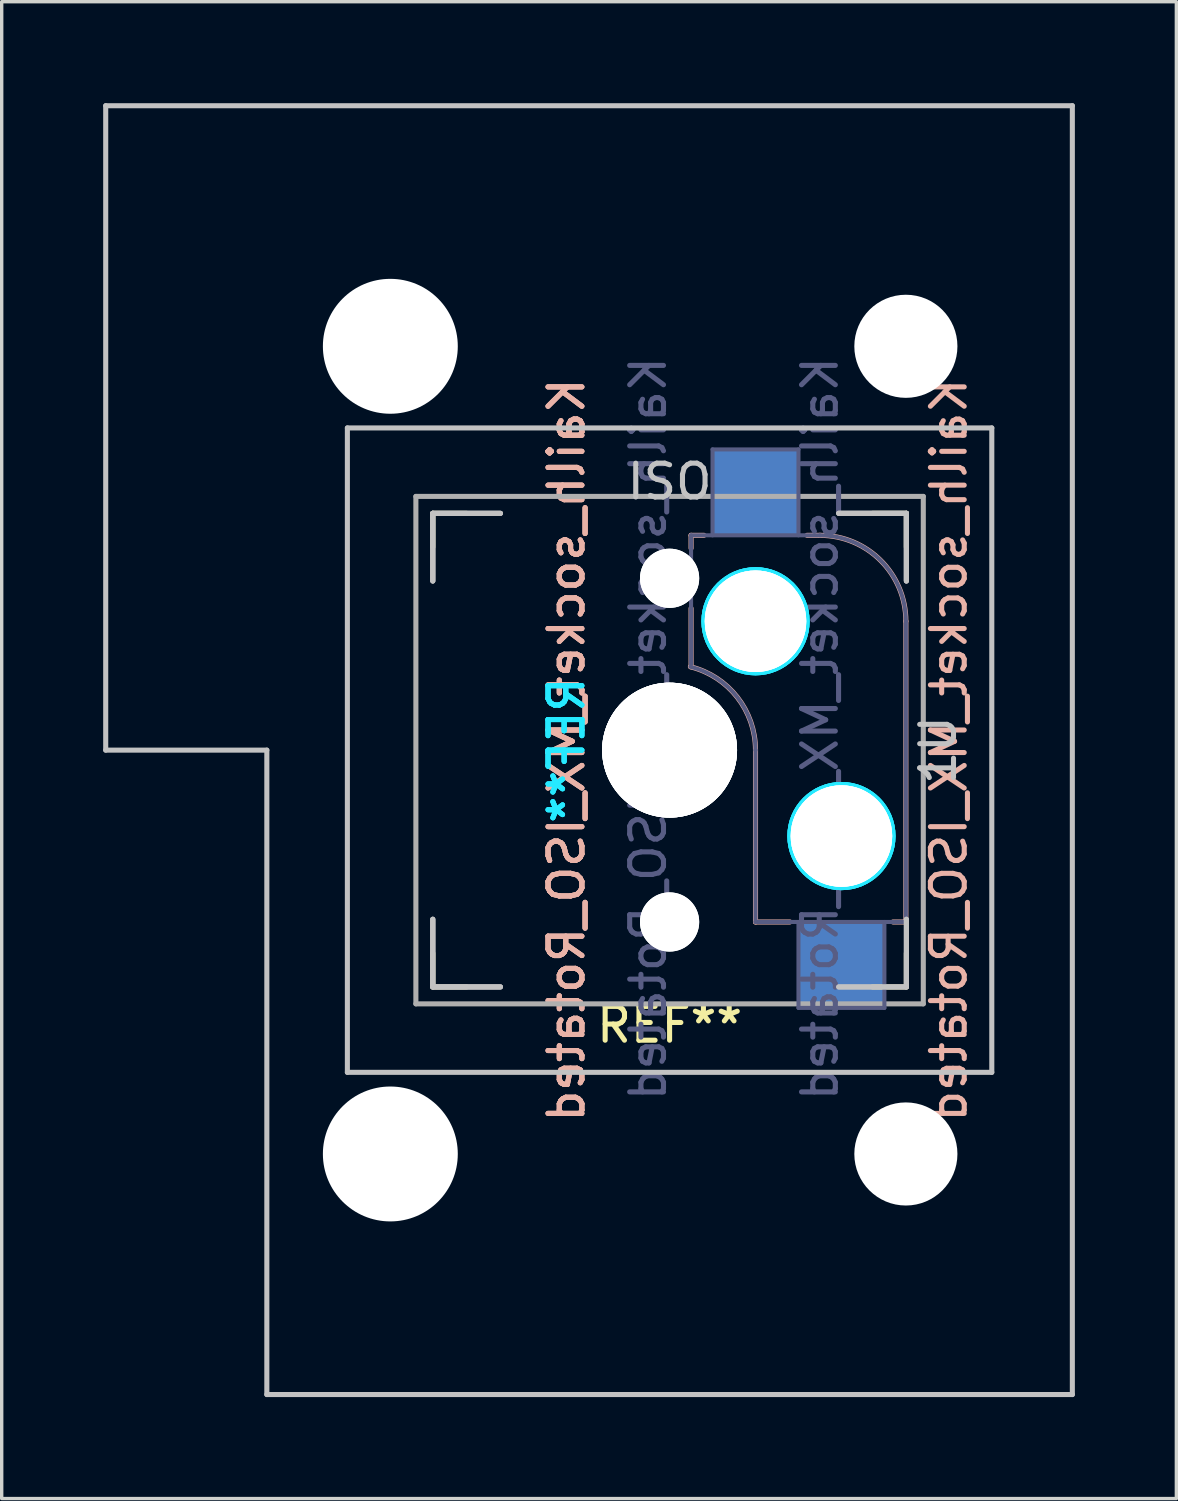
<source format=kicad_pcb>
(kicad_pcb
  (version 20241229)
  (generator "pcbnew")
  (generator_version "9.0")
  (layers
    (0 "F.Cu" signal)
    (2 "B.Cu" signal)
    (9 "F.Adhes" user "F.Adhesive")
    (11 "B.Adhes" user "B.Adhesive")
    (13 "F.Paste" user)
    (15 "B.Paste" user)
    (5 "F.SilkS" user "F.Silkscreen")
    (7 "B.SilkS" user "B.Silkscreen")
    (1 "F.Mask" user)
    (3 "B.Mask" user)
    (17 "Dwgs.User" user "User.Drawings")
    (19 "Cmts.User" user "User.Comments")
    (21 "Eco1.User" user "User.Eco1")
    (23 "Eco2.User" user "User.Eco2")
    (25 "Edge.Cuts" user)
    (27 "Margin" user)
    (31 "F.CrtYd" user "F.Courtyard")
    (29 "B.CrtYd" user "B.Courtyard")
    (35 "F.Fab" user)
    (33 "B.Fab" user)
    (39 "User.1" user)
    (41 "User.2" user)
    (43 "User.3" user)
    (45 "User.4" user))
  (footprint "Kailh_socket_MX_ISO_Rotated"
    (layer "F.Cu")
    (at 16.744 19.125)
    (property "Reference" "Kailh_socket_MX_ISO_Rotated" (at 8.255 0 270) (layer "B.SilkS") (effects (font (size 1 1) (thickness 0.15)) (justify mirror)))
    (property "Value" "Kailh_socket_MX_ISO_Rotated" (at -8.255 0 270) (layer "F.Fab") (hide yes) (effects (font (size 1 1) (thickness 0.15))))
    (attr smd)
    (fp_line (start -7 -7) (end -7 -6) (stroke (width 0.15) (type solid)) (layer "F.SilkS"))
    (fp_line (start -7 -7) (end -6 -7) (stroke (width 0.15) (type solid)) (layer "F.SilkS"))
    (fp_line (start -7 6) (end -7 7) (stroke (width 0.15) (type solid)) (layer "F.SilkS"))
    (fp_line (start -6 7) (end -7 7) (stroke (width 0.15) (type solid)) (layer "F.SilkS"))
    (fp_line (start 6 -7) (end 7 -7) (stroke (width 0.15) (type solid)) (layer "F.SilkS"))
    (fp_line (start 7 -6) (end 7 -7) (stroke (width 0.15) (type solid)) (layer "F.SilkS"))
    (fp_line (start 7 7) (end 6 7) (stroke (width 0.15) (type solid)) (layer "F.SilkS"))
    (fp_line (start 7 7) (end 7 6) (stroke (width 0.15) (type solid)) (layer "F.SilkS"))
    (fp_line (start 0.635 -5.969) (end 0.635 -6.35) (stroke (width 0.15) (type solid)) (layer "B.SilkS"))
    (fp_line (start 0.635 -2.464) (end 0.635 -4.191) (stroke (width 0.15) (type solid)) (layer "B.SilkS"))
    (fp_line (start 1.016 -6.35) (end 0.635 -6.35) (stroke (width 0.15) (type solid)) (layer "B.SilkS"))
    (fp_line (start 2.54 5.08) (end 2.54 0) (stroke (width 0.15) (type solid)) (layer "B.SilkS"))
    (fp_line (start 3.556 5.08) (end 2.54 5.08) (stroke (width 0.15) (type solid)) (layer "B.SilkS"))
    (fp_line (start 4.445 -6.35) (end 4.064 -6.35) (stroke (width 0.15) (type solid)) (layer "B.SilkS"))
    (fp_line (start 6.985 -3.81) (end 6.985 5.08) (stroke (width 0.15) (type solid)) (layer "B.SilkS"))
    (fp_line (start 6.985 5.08) (end 6.604 5.08) (stroke (width 0.15) (type solid)) (layer "B.SilkS"))
    (fp_arc (start 0.61604 -2.464162) (mid 2.002042 -1.563147) (end 2.54 0) (stroke (width 0.15) (type solid)) (layer "B.SilkS"))
    (fp_arc (start 4.445 -6.35) (mid 6.241051 -5.606051) (end 6.985 -3.81) (stroke (width 0.15) (type solid)) (layer "B.SilkS"))
    (fp_line (start -16.669 -19.05) (end -16.669 0) (stroke (width 0.15) (type solid)) (layer "Dwgs.User"))
    (fp_line (start -16.669 -19.05) (end 11.906 -19.05) (stroke (width 0.15) (type solid)) (layer "Dwgs.User"))
    (fp_line (start -11.906 0) (end -16.669 0) (stroke (width 0.15) (type solid)) (layer "Dwgs.User"))
    (fp_line (start -11.906 19.05) (end -11.906 0) (stroke (width 0.15) (type solid)) (layer "Dwgs.User"))
    (fp_line (start -11.906 19.05) (end 11.906 19.05) (stroke (width 0.15) (type solid)) (layer "Dwgs.User"))
    (fp_line (start -9.525 -9.525) (end 9.525 -9.525) (stroke (width 0.15) (type solid)) (layer "Dwgs.User"))
    (fp_line (start -9.525 9.525) (end -9.525 -9.525) (stroke (width 0.15) (type solid)) (layer "Dwgs.User"))
    (fp_line (start -7 -7) (end -7 -5) (stroke (width 0.15) (type solid)) (layer "Dwgs.User"))
    (fp_line (start -7 -7) (end -7 -5) (stroke (width 0.15) (type solid)) (layer "Dwgs.User"))
    (fp_line (start -7 -7) (end -7 -5) (stroke (width 0.15) (type solid)) (layer "Dwgs.User"))
    (fp_line (start -7 5) (end -7 7) (stroke (width 0.15) (type solid)) (layer "Dwgs.User"))
    (fp_line (start -7 5) (end -7 7) (stroke (width 0.15) (type solid)) (layer "Dwgs.User"))
    (fp_line (start -7 5) (end -7 7) (stroke (width 0.15) (type solid)) (layer "Dwgs.User"))
    (fp_line (start -7 7) (end -5 7) (stroke (width 0.15) (type solid)) (layer "Dwgs.User"))
    (fp_line (start -7 7) (end -5 7) (stroke (width 0.15) (type solid)) (layer "Dwgs.User"))
    (fp_line (start -7 7) (end -5 7) (stroke (width 0.15) (type solid)) (layer "Dwgs.User"))
    (fp_line (start -5 -7) (end -7 -7) (stroke (width 0.15) (type solid)) (layer "Dwgs.User"))
    (fp_line (start -5 -7) (end -7 -7) (stroke (width 0.15) (type solid)) (layer "Dwgs.User"))
    (fp_line (start -5 -7) (end -7 -7) (stroke (width 0.15) (type solid)) (layer "Dwgs.User"))
    (fp_line (start 7 -7) (end 5 -7) (stroke (width 0.15) (type solid)) (layer "Dwgs.User"))
    (fp_line (start 7 -7) (end 5 -7) (stroke (width 0.15) (type solid)) (layer "Dwgs.User"))
    (fp_line (start 7 -7) (end 5 -7) (stroke (width 0.15) (type solid)) (layer "Dwgs.User"))
    (fp_line (start 7 -5) (end 7 -7) (stroke (width 0.15) (type solid)) (layer "Dwgs.User"))
    (fp_line (start 7 -5) (end 7 -7) (stroke (width 0.15) (type solid)) (layer "Dwgs.User"))
    (fp_line (start 7 -5) (end 7 -7) (stroke (width 0.15) (type solid)) (layer "Dwgs.User"))
    (fp_line (start 7 5) (end 7 7) (stroke (width 0.15) (type solid)) (layer "Dwgs.User"))
    (fp_line (start 7 5) (end 7 7) (stroke (width 0.15) (type solid)) (layer "Dwgs.User"))
    (fp_line (start 7 7) (end 5 7) (stroke (width 0.15) (type solid)) (layer "Dwgs.User"))
    (fp_line (start 7 7) (end 5 7) (stroke (width 0.15) (type solid)) (layer "Dwgs.User"))
    (fp_line (start 9.525 -9.525) (end 9.525 9.525) (stroke (width 0.15) (type solid)) (layer "Dwgs.User"))
    (fp_line (start 9.525 9.525) (end -9.525 9.525) (stroke (width 0.15) (type solid)) (layer "Dwgs.User"))
    (fp_line (start 11.906 -19.05) (end 11.906 19.05) (stroke (width 0.15) (type solid)) (layer "Dwgs.User"))
    (fp_line (start -6.9 -6.9) (end -6.9 6.9) (stroke (width 0.15) (type solid)) (layer "Eco2.User"))
    (fp_line (start -6.9 -6.9) (end 6.9 -6.9) (stroke (width 0.15) (type solid)) (layer "Eco2.User"))
    (fp_line (start 6.9 6.9) (end -6.9 6.9) (stroke (width 0.15) (type solid)) (layer "Eco2.User"))
    (fp_line (start 6.9 6.9) (end 6.9 -6.9) (stroke (width 0.15) (type solid)) (layer "Eco2.User"))
    (fp_circle (center 2.54 -3.81) (end 4.064 -3.81) (stroke (width 0.15) (type solid)) (fill no) (layer "B.CrtYd"))
    (fp_circle (center 2.54 -3.81) (end 4.064 -3.81) (stroke (width 0.15) (type solid)) (fill no) (layer "B.CrtYd"))
    (fp_circle (center 2.54 -3.81) (end 4.064 -3.81) (stroke (width 0.15) (type solid)) (fill no) (layer "B.CrtYd"))
    (fp_circle (center 5.08 2.54) (end 6.604 2.54) (stroke (width 0.15) (type solid)) (fill no) (layer "B.CrtYd"))
    (fp_circle (center 5.08 2.54) (end 6.604 2.54) (stroke (width 0.15) (type solid)) (fill no) (layer "B.CrtYd"))
    (fp_circle (center 5.08 2.54) (end 6.604 2.54) (stroke (width 0.15) (type solid)) (fill no) (layer "B.CrtYd"))
    (fp_line (start 0.635 -6.35) (end 0.635 -2.54) (stroke (width 0.12) (type solid)) (layer "B.Fab"))
    (fp_line (start 0.635 -6.35) (end 4.445 -6.35) (stroke (width 0.12) (type solid)) (layer "B.Fab"))
    (fp_line (start 1.27 -8.89) (end 3.81 -8.89) (stroke (width 0.12) (type solid)) (layer "B.Fab"))
    (fp_line (start 1.27 -6.35) (end 1.27 -8.89) (stroke (width 0.12) (type solid)) (layer "B.Fab"))
    (fp_line (start 2.54 5.08) (end 2.54 0) (stroke (width 0.12) (type solid)) (layer "B.Fab"))
    (fp_line (start 3.81 -8.89) (end 3.81 -6.35) (stroke (width 0.12) (type solid)) (layer "B.Fab"))
    (fp_line (start 3.81 7.62) (end 3.81 5.08) (stroke (width 0.12) (type solid)) (layer "B.Fab"))
    (fp_line (start 6.35 5.08) (end 6.35 7.62) (stroke (width 0.12) (type solid)) (layer "B.Fab"))
    (fp_line (start 6.35 7.62) (end 3.81 7.62) (stroke (width 0.12) (type solid)) (layer "B.Fab"))
    (fp_line (start 6.985 -3.81) (end 6.985 5.08) (stroke (width 0.12) (type solid)) (layer "B.Fab"))
    (fp_line (start 6.985 5.08) (end 2.54 5.08) (stroke (width 0.12) (type solid)) (layer "B.Fab"))
    (fp_arc (start 0.61604 -2.464162) (mid 2.002042 -1.563147) (end 2.54 0) (stroke (width 0.12) (type solid)) (layer "B.Fab"))
    (fp_arc (start 4.445 -6.35) (mid 6.241051 -5.606051) (end 6.985 -3.81) (stroke (width 0.12) (type solid)) (layer "B.Fab"))
    (fp_line (start -7.5 -7.5) (end 7.5 -7.5) (stroke (width 0.15) (type solid)) (layer "F.Fab"))
    (fp_line (start -7.5 7.5) (end -7.5 -7.5) (stroke (width 0.15) (type solid)) (layer "F.Fab"))
    (fp_line (start 7.5 -7.5) (end 7.5 7.5) (stroke (width 0.15) (type solid)) (layer "F.Fab"))
    (fp_line (start 7.5 7.5) (end -7.5 7.5) (stroke (width 0.15) (type solid)) (layer "F.Fab"))
    (fp_text user "REF**" (at 0 8.12 0) (layer "F.SilkS") (effects (font (size 1 1) (thickness 0.15))))
    (fp_text user "${REFERENCE}" (at -3.048 0 270) (layer "B.SilkS") (effects (font (size 1 1) (thickness 0.15)) (justify mirror)))
    (fp_text user "${REFERENCE}" (at -3.048 0 270) (layer "B.SilkS") (effects (font (size 1 1) (thickness 0.15)) (justify mirror)))
    (fp_text user "${REFERENCE}" (at -3.048 0 270) (layer "B.SilkS") (effects (font (size 1 1) (thickness 0.15)) (justify mirror)))
    (fp_text user "ISO" (at 0 -7.938 0) (layer "Dwgs.User") (effects (font (size 1 1) (thickness 0.15))))
    (fp_text user "1U" (at 7.938 0 270) (layer "Dwgs.User") (effects (font (size 1 1) (thickness 0.15))))
    (fp_text user "REF**" (at -3.048 0 270) (layer "B.CrtYd") (effects (font (size 1 1) (thickness 0.15)) (justify mirror)))
    (fp_text user "REF**" (at -3.048 0 270) (layer "B.CrtYd") (effects (font (size 1 1) (thickness 0.15)) (justify mirror)))
    (fp_text user "REF**" (at -3.048 0 270) (layer "B.CrtYd") (effects (font (size 1 1) (thickness 0.15)) (justify mirror)))
    (fp_text user "${REFERENCE}" (at 4.445 -0.635 270) (layer "B.Fab") (effects (font (size 1 1) (thickness 0.15)) (justify mirror)))
    (fp_text user "${VALUE}" (at -0.635 -0.635 270) (layer "B.Fab") (effects (font (size 1 1) (thickness 0.15)) (justify mirror)))
    (pad "" np_thru_hole circle (at -8.255 -11.938) (size 3.988 3.988) (drill 3.988) (layers "*.Cu" "*.Mask"))
    (pad "" np_thru_hole circle (at -8.255 11.938) (size 3.988 3.988) (drill 3.988) (layers "*.Cu" "*.Mask"))
    (pad "" np_thru_hole circle (at 0 -5.08 270) (size 1.702 1.702) (drill 1.702) (layers "*.Cu" "*.Mask"))
    (pad "" np_thru_hole circle (at 0 -5.08 318.1) (size 1.75 1.75) (drill 1.75) (layers "*.Cu" "*.Mask"))
    (pad "" np_thru_hole circle (at 0 -5.08 318.1) (size 1.75 1.75) (drill 1.75) (layers "*.Cu" "*.Mask"))
    (pad "" np_thru_hole circle (at 0 0 270) (size 3.988 3.988) (drill 3.988) (layers "*.Cu" "*.Mask"))
    (pad "" np_thru_hole circle (at 0 0 270) (size 3.988 3.988) (drill 3.988) (layers "*.Cu" "*.Mask"))
    (pad "" np_thru_hole circle (at 0 0 270) (size 3.988 3.988) (drill 3.988) (layers "*.Cu" "*.Mask"))
    (pad "" np_thru_hole circle (at 0 0 270) (size 3.988 3.988) (drill 3.988) (layers "*.Cu" "*.Mask"))
    (pad "" np_thru_hole circle (at 0 5.08 270) (size 1.702 1.702) (drill 1.702) (layers "*.Cu" "*.Mask"))
    (pad "" np_thru_hole circle (at 0 5.08 318.1) (size 1.75 1.75) (drill 1.75) (layers "*.Cu" "*.Mask"))
    (pad "" np_thru_hole circle (at 0 5.08 318.1) (size 1.75 1.75) (drill 1.75) (layers "*.Cu" "*.Mask"))
    (pad "" np_thru_hole circle (at 2.54 -3.81 270) (size 3 3) (drill 3) (layers "*.Cu" "*.Mask"))
    (pad "" np_thru_hole circle (at 2.54 -3.81 270) (size 3 3) (drill 3) (layers "*.Cu" "*.Mask"))
    (pad "" np_thru_hole circle (at 2.54 -3.81 270) (size 3 3) (drill 3) (layers "*.Cu" "*.Mask"))
    (pad "" np_thru_hole circle (at 5.08 2.54 270) (size 3 3) (drill 3) (layers "*.Cu" "*.Mask"))
    (pad "" np_thru_hole circle (at 5.08 2.54 270) (size 3 3) (drill 3) (layers "*.Cu" "*.Mask"))
    (pad "" np_thru_hole circle (at 5.08 2.54 270) (size 3 3) (drill 3) (layers "*.Cu" "*.Mask"))
    (pad "" np_thru_hole circle (at 6.985 -11.938) (size 3.048 3.048) (drill 3.048) (layers "*.Cu" "*.Mask"))
    (pad "" np_thru_hole circle (at 6.985 11.938) (size 3.048 3.048) (drill 3.048) (layers "*.Cu" "*.Mask"))
    (pad "1" smd rect (at 2.54 -7.62 270) (size 2.55 2.5) (layers "B.Cu" "B.Mask" "B.Paste"))
    (pad "2" smd rect (at 5.08 6.35 270) (size 2.55 2.5) (layers "B.Cu" "B.Mask" "B.Paste")))
  (gr_rect
    (start -3 -3)
    (end 31.725 41.25)
    (stroke (width 0.1) (type default))
    (fill no)
    (layer "Edge.Cuts")))
</source>
